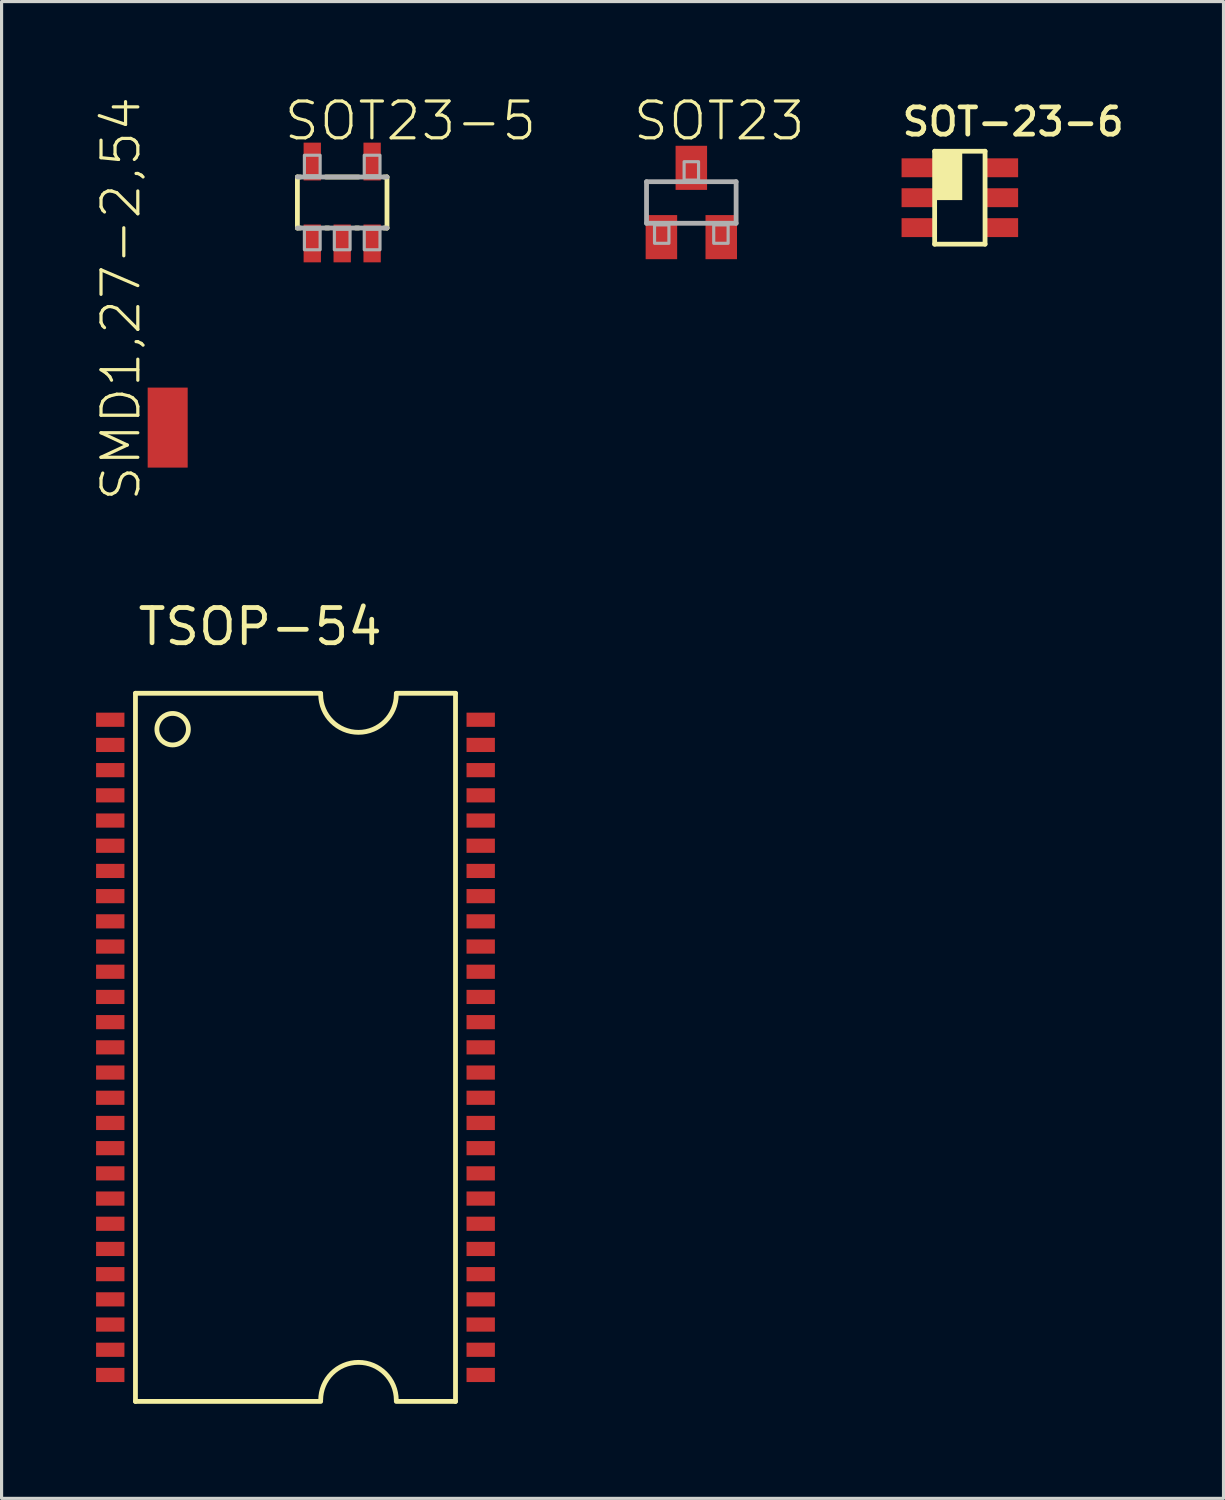
<source format=kicad_pcb>
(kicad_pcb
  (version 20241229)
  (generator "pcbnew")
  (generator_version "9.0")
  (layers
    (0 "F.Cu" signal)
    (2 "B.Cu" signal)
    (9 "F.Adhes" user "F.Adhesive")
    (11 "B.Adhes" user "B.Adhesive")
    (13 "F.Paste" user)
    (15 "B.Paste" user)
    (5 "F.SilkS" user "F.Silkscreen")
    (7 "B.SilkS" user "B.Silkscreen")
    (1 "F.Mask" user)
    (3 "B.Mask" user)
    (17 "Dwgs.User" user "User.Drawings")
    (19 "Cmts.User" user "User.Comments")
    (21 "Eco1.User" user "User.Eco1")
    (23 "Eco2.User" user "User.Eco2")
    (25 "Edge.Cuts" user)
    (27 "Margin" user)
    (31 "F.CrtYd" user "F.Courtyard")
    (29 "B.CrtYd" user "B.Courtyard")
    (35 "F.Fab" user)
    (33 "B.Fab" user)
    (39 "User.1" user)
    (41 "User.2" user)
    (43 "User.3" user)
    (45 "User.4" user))
  (footprint "SOT23"
    (layer "F.Cu")
    (at 18.896 3.378)
    (property "Reference" "SOT23" (at -1.905 -1.905 0) (layer "F.SilkS") (effects (font (size 1.168 1.168) (thickness 0.102)) (justify left bottom)))
    (fp_line (start -1.422 -0.66) (end 1.422 -0.66) (stroke (width 0.152) (type solid)) (layer "F.Fab"))
    (fp_line (start -1.422 0.66) (end -1.422 -0.66) (stroke (width 0.152) (type solid)) (layer "F.Fab"))
    (fp_line (start 1.422 -0.66) (end 1.422 0.66) (stroke (width 0.152) (type solid)) (layer "F.Fab"))
    (fp_line (start 1.422 0.66) (end -1.422 0.66) (stroke (width 0.152) (type solid)) (layer "F.Fab"))
    (fp_poly (pts (xy -1.168 1.295) (xy -0.711 1.295) (xy -0.711 0.711) (xy -1.168 0.711)) (stroke (width 0.1) (type solid)) (fill no) (layer "F.Fab"))
    (fp_poly (pts (xy -0.229 -0.711) (xy 0.229 -0.711) (xy 0.229 -1.295) (xy -0.229 -1.295)) (stroke (width 0.1) (type solid)) (fill no) (layer "F.Fab"))
    (fp_poly (pts (xy 0.711 1.295) (xy 1.168 1.295) (xy 1.168 0.711) (xy 0.711 0.711)) (stroke (width 0.1) (type solid)) (fill no) (layer "F.Fab"))
    (pad "1" smd rect (at -0.95 1.1) (size 1 1.4) (layers "F.Cu" "F.Mask" "F.Paste"))
    (pad "2" smd rect (at 0.95 1.1) (size 1 1.4) (layers "F.Cu" "F.Mask" "F.Paste"))
    (pad "3" smd rect (at 0 -1.1) (size 1 1.4) (layers "F.Cu" "F.Mask" "F.Paste")))
  (footprint "TSOP-54"
    (layer "F.Cu")
    (at 6.33 30.198)
    (property "Reference" "TSOP-54" (at -5.08 -12.7 0) (layer "F.SilkS") (effects (font (size 1.118 1.118) (thickness 0.152)) (justify left bottom)))
    (fp_line (start -5.08 -11.24) (end 0.8 -11.24) (stroke (width 0.152) (type solid)) (layer "F.SilkS"))
    (fp_line (start -5.08 11.24) (end -5.08 -11.24) (stroke (width 0.152) (type solid)) (layer "F.SilkS"))
    (fp_line (start -5.08 11.24) (end 0.8 11.24) (stroke (width 0.152) (type solid)) (layer "F.SilkS"))
    (fp_line (start 0.8 -11.24) (end 0.8 -11.2) (stroke (width 0.127) (type solid)) (layer "F.SilkS"))
    (fp_line (start 3.2 -11.24) (end 3.2 -11.2) (stroke (width 0.127) (type solid)) (layer "F.SilkS"))
    (fp_line (start 5.08 -11.24) (end 3.2 -11.24) (stroke (width 0.152) (type solid)) (layer "F.SilkS"))
    (fp_line (start 5.08 -11.24) (end 5.08 11.24) (stroke (width 0.152) (type solid)) (layer "F.SilkS"))
    (fp_line (start 5.08 11.24) (end 3.2 11.24) (stroke (width 0.152) (type solid)) (layer "F.SilkS"))
    (fp_arc (start 0.8 11.2) (mid 2 10) (end 3.2 11.2) (stroke (width 0.1524) (type solid)) (layer "F.SilkS"))
    (fp_arc (start 3.2 -11.2) (mid 2 -10) (end 0.8 -11.2) (stroke (width 0.1524) (type solid)) (layer "F.SilkS"))
    (fp_circle (center -3.9 -10.1) (end -3.4 -10.1) (stroke (width 0.152) (type solid)) (fill no) (layer "F.SilkS"))
    (pad "1" smd rect (at -5.88 -10.4) (size 0.9 0.45) (layers "F.Cu" "F.Mask" "F.Paste"))
    (pad "2" smd rect (at -5.88 -9.6) (size 0.9 0.45) (layers "F.Cu" "F.Mask" "F.Paste"))
    (pad "3" smd rect (at -5.88 -8.8) (size 0.9 0.45) (layers "F.Cu" "F.Mask" "F.Paste"))
    (pad "4" smd rect (at -5.88 -8) (size 0.9 0.45) (layers "F.Cu" "F.Mask" "F.Paste"))
    (pad "5" smd rect (at -5.88 -7.2) (size 0.9 0.45) (layers "F.Cu" "F.Mask" "F.Paste"))
    (pad "6" smd rect (at -5.88 -6.4) (size 0.9 0.45) (layers "F.Cu" "F.Mask" "F.Paste"))
    (pad "7" smd rect (at -5.88 -5.6) (size 0.9 0.45) (layers "F.Cu" "F.Mask" "F.Paste"))
    (pad "8" smd rect (at -5.88 -4.8) (size 0.9 0.45) (layers "F.Cu" "F.Mask" "F.Paste"))
    (pad "9" smd rect (at -5.88 -4) (size 0.9 0.45) (layers "F.Cu" "F.Mask" "F.Paste"))
    (pad "10" smd rect (at -5.88 -3.2) (size 0.9 0.45) (layers "F.Cu" "F.Mask" "F.Paste"))
    (pad "11" smd rect (at -5.88 -2.4) (size 0.9 0.45) (layers "F.Cu" "F.Mask" "F.Paste"))
    (pad "12" smd rect (at -5.88 -1.6) (size 0.9 0.45) (layers "F.Cu" "F.Mask" "F.Paste"))
    (pad "13" smd rect (at -5.88 -0.8) (size 0.9 0.45) (layers "F.Cu" "F.Mask" "F.Paste"))
    (pad "14" smd rect (at -5.88 0) (size 0.9 0.45) (layers "F.Cu" "F.Mask" "F.Paste"))
    (pad "15" smd rect (at -5.88 0.8) (size 0.9 0.45) (layers "F.Cu" "F.Mask" "F.Paste"))
    (pad "16" smd rect (at -5.88 1.6) (size 0.9 0.45) (layers "F.Cu" "F.Mask" "F.Paste"))
    (pad "17" smd rect (at -5.88 2.4) (size 0.9 0.45) (layers "F.Cu" "F.Mask" "F.Paste"))
    (pad "18" smd rect (at -5.88 3.2) (size 0.9 0.45) (layers "F.Cu" "F.Mask" "F.Paste"))
    (pad "19" smd rect (at -5.88 4) (size 0.9 0.45) (layers "F.Cu" "F.Mask" "F.Paste"))
    (pad "20" smd rect (at -5.88 4.8) (size 0.9 0.45) (layers "F.Cu" "F.Mask" "F.Paste"))
    (pad "21" smd rect (at -5.88 5.6) (size 0.9 0.45) (layers "F.Cu" "F.Mask" "F.Paste"))
    (pad "22" smd rect (at -5.88 6.4) (size 0.9 0.45) (layers "F.Cu" "F.Mask" "F.Paste"))
    (pad "23" smd rect (at -5.88 7.2) (size 0.9 0.45) (layers "F.Cu" "F.Mask" "F.Paste"))
    (pad "24" smd rect (at -5.88 8) (size 0.9 0.45) (layers "F.Cu" "F.Mask" "F.Paste"))
    (pad "25" smd rect (at -5.88 8.8) (size 0.9 0.45) (layers "F.Cu" "F.Mask" "F.Paste"))
    (pad "26" smd rect (at -5.88 9.6) (size 0.9 0.45) (layers "F.Cu" "F.Mask" "F.Paste"))
    (pad "27" smd rect (at -5.88 10.4) (size 0.9 0.45) (layers "F.Cu" "F.Mask" "F.Paste"))
    (pad "28" smd rect (at 5.88 10.4 180) (size 0.9 0.45) (layers "F.Cu" "F.Mask" "F.Paste"))
    (pad "29" smd rect (at 5.88 9.6 180) (size 0.9 0.45) (layers "F.Cu" "F.Mask" "F.Paste"))
    (pad "30" smd rect (at 5.88 8.8 180) (size 0.9 0.45) (layers "F.Cu" "F.Mask" "F.Paste"))
    (pad "31" smd rect (at 5.88 8 180) (size 0.9 0.45) (layers "F.Cu" "F.Mask" "F.Paste"))
    (pad "32" smd rect (at 5.88 7.2 180) (size 0.9 0.45) (layers "F.Cu" "F.Mask" "F.Paste"))
    (pad "33" smd rect (at 5.88 6.4 180) (size 0.9 0.45) (layers "F.Cu" "F.Mask" "F.Paste"))
    (pad "34" smd rect (at 5.88 5.6 180) (size 0.9 0.45) (layers "F.Cu" "F.Mask" "F.Paste"))
    (pad "35" smd rect (at 5.88 4.8 180) (size 0.9 0.45) (layers "F.Cu" "F.Mask" "F.Paste"))
    (pad "36" smd rect (at 5.88 4 180) (size 0.9 0.45) (layers "F.Cu" "F.Mask" "F.Paste"))
    (pad "37" smd rect (at 5.88 3.2 180) (size 0.9 0.45) (layers "F.Cu" "F.Mask" "F.Paste"))
    (pad "38" smd rect (at 5.88 2.4 180) (size 0.9 0.45) (layers "F.Cu" "F.Mask" "F.Paste"))
    (pad "39" smd rect (at 5.88 1.6 180) (size 0.9 0.45) (layers "F.Cu" "F.Mask" "F.Paste"))
    (pad "40" smd rect (at 5.88 0.8 180) (size 0.9 0.45) (layers "F.Cu" "F.Mask" "F.Paste"))
    (pad "41" smd rect (at 5.88 0 180) (size 0.9 0.45) (layers "F.Cu" "F.Mask" "F.Paste"))
    (pad "42" smd rect (at 5.88 -0.8 180) (size 0.9 0.45) (layers "F.Cu" "F.Mask" "F.Paste"))
    (pad "43" smd rect (at 5.88 -1.6 180) (size 0.9 0.45) (layers "F.Cu" "F.Mask" "F.Paste"))
    (pad "44" smd rect (at 5.88 -2.4 180) (size 0.9 0.45) (layers "F.Cu" "F.Mask" "F.Paste"))
    (pad "45" smd rect (at 5.88 -3.2 180) (size 0.9 0.45) (layers "F.Cu" "F.Mask" "F.Paste"))
    (pad "46" smd rect (at 5.88 -4 180) (size 0.9 0.45) (layers "F.Cu" "F.Mask" "F.Paste"))
    (pad "47" smd rect (at 5.88 -4.8 180) (size 0.9 0.45) (layers "F.Cu" "F.Mask" "F.Paste"))
    (pad "48" smd rect (at 5.88 -5.6 180) (size 0.9 0.45) (layers "F.Cu" "F.Mask" "F.Paste"))
    (pad "49" smd rect (at 5.88 -6.4 180) (size 0.9 0.45) (layers "F.Cu" "F.Mask" "F.Paste"))
    (pad "50" smd rect (at 5.88 -7.2 180) (size 0.9 0.45) (layers "F.Cu" "F.Mask" "F.Paste"))
    (pad "51" smd rect (at 5.88 -8 180) (size 0.9 0.45) (layers "F.Cu" "F.Mask" "F.Paste"))
    (pad "52" smd rect (at 5.88 -8.8 180) (size 0.9 0.45) (layers "F.Cu" "F.Mask" "F.Paste"))
    (pad "53" smd rect (at 5.88 -9.6 180) (size 0.9 0.45) (layers "F.Cu" "F.Mask" "F.Paste"))
    (pad "54" smd rect (at 5.88 -10.4 180) (size 0.9 0.45) (layers "F.Cu" "F.Mask" "F.Paste")))
  (footprint "SMD1,27-2,54"
    (layer "F.Cu")
    (at 2.273 10.524)
    (property "Reference" "SMD1,27-2,54" (at -0.8 2.4 90) (layer "F.SilkS") (effects (font (size 1.168 1.168) (thickness 0.102)) (justify left bottom)))
    (attr exclude_from_pos_files exclude_from_bom)
    (pad "1" smd rect (at 0 0) (size 1.27 2.54) (layers "F.Cu" "F.Mask")))
  (footprint "SOT23-5"
    (layer "F.Cu")
    (at 7.813 3.378)
    (property "Reference" "SOT23-5" (at -1.905 -1.905 0) (layer "F.SilkS") (effects (font (size 1.168 1.168) (thickness 0.102)) (justify left bottom)))
    (fp_line (start -1.422 -0.81) (end -1.328 -0.81) (stroke (width 0.152) (type solid)) (layer "F.SilkS"))
    (fp_line (start -1.422 0.81) (end -1.422 -0.81) (stroke (width 0.152) (type solid)) (layer "F.SilkS"))
    (fp_line (start -1.328 0.81) (end -1.422 0.81) (stroke (width 0.152) (type solid)) (layer "F.SilkS"))
    (fp_line (start -0.522 -0.81) (end 0.522 -0.81) (stroke (width 0.152) (type solid)) (layer "F.SilkS"))
    (fp_line (start -0.428 0.81) (end -0.522 0.81) (stroke (width 0.152) (type solid)) (layer "F.SilkS"))
    (fp_line (start 0.522 0.81) (end 0.428 0.81) (stroke (width 0.152) (type solid)) (layer "F.SilkS"))
    (fp_line (start 1.328 -0.81) (end 1.422 -0.81) (stroke (width 0.152) (type solid)) (layer "F.SilkS"))
    (fp_line (start 1.422 -0.81) (end 1.422 0.81) (stroke (width 0.152) (type solid)) (layer "F.SilkS"))
    (fp_line (start 1.422 0.81) (end 1.328 0.81) (stroke (width 0.152) (type solid)) (layer "F.SilkS"))
    (fp_line (start -1.422 -0.81) (end 1.422 -0.81) (stroke (width 0.152) (type solid)) (layer "F.Fab"))
    (fp_line (start 1.422 0.81) (end -1.422 0.81) (stroke (width 0.152) (type solid)) (layer "F.Fab"))
    (fp_poly (pts (xy -1.2 -0.85) (xy -0.7 -0.85) (xy -0.7 -1.5) (xy -1.2 -1.5)) (stroke (width 0.1) (type solid)) (fill no) (layer "F.Fab"))
    (fp_poly (pts (xy -1.2 1.5) (xy -0.7 1.5) (xy -0.7 0.85) (xy -1.2 0.85)) (stroke (width 0.1) (type solid)) (fill no) (layer "F.Fab"))
    (fp_poly (pts (xy -0.25 1.5) (xy 0.25 1.5) (xy 0.25 0.85) (xy -0.25 0.85)) (stroke (width 0.1) (type solid)) (fill no) (layer "F.Fab"))
    (fp_poly (pts (xy 0.7 -0.85) (xy 1.2 -0.85) (xy 1.2 -1.5) (xy 0.7 -1.5)) (stroke (width 0.1) (type solid)) (fill no) (layer "F.Fab"))
    (fp_poly (pts (xy 0.7 1.5) (xy 1.2 1.5) (xy 1.2 0.85) (xy 0.7 0.85)) (stroke (width 0.1) (type solid)) (fill no) (layer "F.Fab"))
    (pad "1" smd rect (at -0.95 1.3) (size 0.55 1.2) (layers "F.Cu" "F.Mask" "F.Paste"))
    (pad "2" smd rect (at 0 1.3) (size 0.55 1.2) (layers "F.Cu" "F.Mask" "F.Paste"))
    (pad "3" smd rect (at 0.95 1.3) (size 0.55 1.2) (layers "F.Cu" "F.Mask" "F.Paste"))
    (pad "4" smd rect (at 0.95 -1.3) (size 0.55 1.2) (layers "F.Cu" "F.Mask" "F.Paste"))
    (pad "5" smd rect (at -0.95 -1.3) (size 0.55 1.2) (layers "F.Cu" "F.Mask" "F.Paste")))
  (footprint "SOT-23-6"
    (layer "F.Cu")
    (at 27.42 3.226)
    (property "Reference" "SOT-23-6" (at -1.905 -1.905 0) (layer "F.SilkS") (effects (font (size 0.864 0.864) (thickness 0.152)) (justify left bottom)))
    (fp_line (start -0.8 -1.475) (end 0.8 -1.475) (stroke (width 0.152) (type solid)) (layer "F.SilkS"))
    (fp_line (start -0.8 1.475) (end -0.8 -1.475) (stroke (width 0.152) (type solid)) (layer "F.SilkS"))
    (fp_line (start 0.8 -1.475) (end 0.8 1.475) (stroke (width 0.152) (type solid)) (layer "F.SilkS"))
    (fp_line (start 0.8 1.475) (end -0.8 1.475) (stroke (width 0.152) (type solid)) (layer "F.SilkS"))
    (fp_poly (pts (xy 0.076 0.076) (xy -0.838 0.076) (xy -0.838 -1.473) (xy 0.076 -1.473)) (stroke (width 0) (type solid)) (fill yes) (layer "F.SilkS"))
    (pad "1" smd rect (at -1.3 -0.95) (size 1.1 0.6) (layers "F.Cu" "F.Mask" "F.Paste"))
    (pad "2" smd rect (at -1.3 0) (size 1.1 0.6) (layers "F.Cu" "F.Mask" "F.Paste"))
    (pad "3" smd rect (at -1.3 0.95) (size 1.1 0.6) (layers "F.Cu" "F.Mask" "F.Paste"))
    (pad "4" smd rect (at 1.3 0.95) (size 1.1 0.6) (layers "F.Cu" "F.Mask" "F.Paste"))
    (pad "5" smd rect (at 1.3 0) (size 1.1 0.6) (layers "F.Cu" "F.Mask" "F.Paste"))
    (pad "6" smd rect (at 1.3 -0.95) (size 1.1 0.6) (layers "F.Cu" "F.Mask" "F.Paste")))
  (gr_rect
    (start -3 -3)
    (end 35.79 44.515)
    (stroke (width 0.1) (type default))
    (fill no)
    (layer "Edge.Cuts")))
</source>
